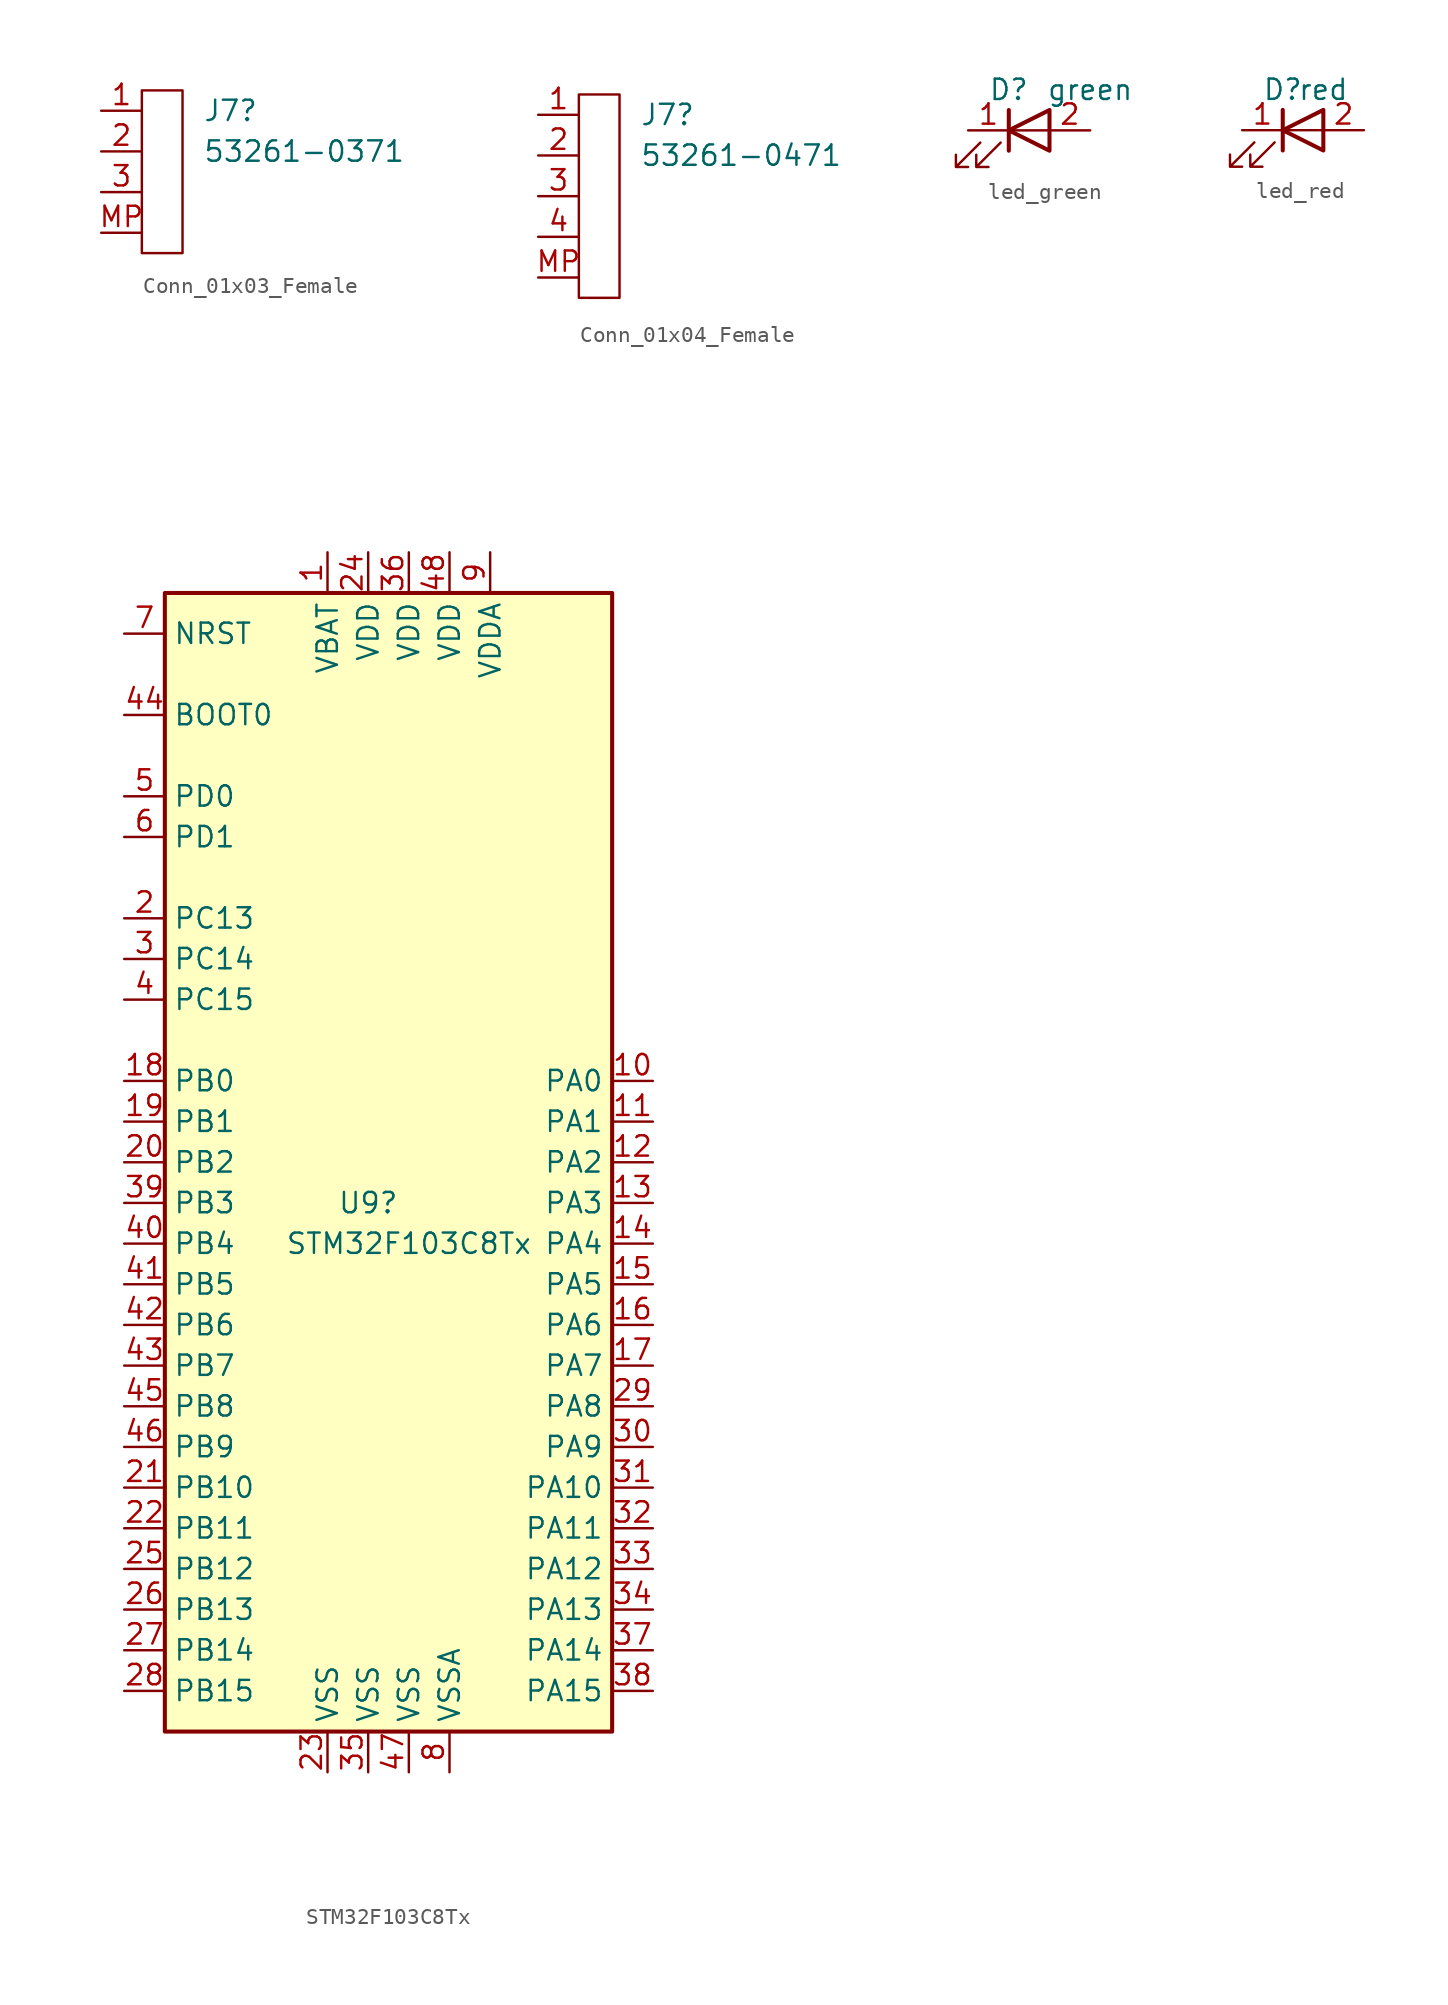
<source format=kicad_sym>
(kicad_symbol_lib
  (version 20241209)
  (generator "kicad_symbol_editor")
  (generator_version "9.0")
  (symbol "Conn_01x03_Female"
    (pin_names
      (offset 1.016)
      (hide yes))
    (property "Reference" "J7"
      (at 1.27 2.54 0)
      (effects (font (size 1.27 1.27)) (justify left)))
    (property "Value" "53261-0371"
      (at 1.27 0 0)
      (effects (font (size 1.27 1.27)) (justify left)))
    (symbol "Conn_01x03_Female_0_1"
      (polyline (pts (xy 0 -6.35) (xy 0 3.81) (xy -2.54 3.81) (xy -2.54 -6.35) (xy 0 -6.35)) (stroke (width 0) (type default)) (fill (type none))))
    (symbol "Conn_01x03_Female_1_1"
      (pin passive line (at -5.08 2.54 0) (length 2.54) (name "" (effects (font (size 1.27 1.27)))) (number "1" (effects (font (size 1.27 1.27)))))
      (pin passive line (at -5.08 0 0) (length 2.54) (name "" (effects (font (size 1.27 1.27)))) (number "2" (effects (font (size 1.27 1.27)))))
      (pin passive line (at -5.08 -2.54 0) (length 2.54) (name "" (effects (font (size 1.27 1.27)))) (number "3" (effects (font (size 1.27 1.27)))))
      (pin passive line (at -5.08 -5.08 0) (length 2.54) (name "" (effects (font (size 1.27 1.27)))) (number "MP" (effects (font (size 1.27 1.27)))))))
  (symbol "Conn_01x04_Female"
    (pin_names
      (offset 1.016)
      (hide yes))
    (property "Reference" "J7"
      (at 1.27 2.54 0)
      (effects (font (size 1.27 1.27)) (justify left)))
    (property "Value" "53261-0471"
      (at 1.27 0 0)
      (effects (font (size 1.27 1.27)) (justify left)))
    (symbol "Conn_01x04_Female_0_1"
      (polyline (pts (xy 0 -8.89) (xy 0 3.81) (xy -2.54 3.81) (xy -2.54 -8.89) (xy 0 -8.89)) (stroke (width 0) (type default)) (fill (type none))))
    (symbol "Conn_01x04_Female_1_1"
      (pin passive line (at -5.08 2.54 0) (length 2.54) (name "" (effects (font (size 1.27 1.27)))) (number "1" (effects (font (size 1.27 1.27)))))
      (pin passive line (at -5.08 0 0) (length 2.54) (name "" (effects (font (size 1.27 1.27)))) (number "2" (effects (font (size 1.27 1.27)))))
      (pin passive line (at -5.08 -2.54 0) (length 2.54) (name "" (effects (font (size 1.27 1.27)))) (number "3" (effects (font (size 1.27 1.27)))))
      (pin passive line (at -5.08 -5.08 0) (length 2.54) (name "" (effects (font (size 1.27 1.27)))) (number "4" (effects (font (size 1.27 1.27)))))
      (pin passive line (at -5.08 -7.62 0) (length 2.54) (name "" (effects (font (size 1.27 1.27)))) (number "MP" (effects (font (size 1.27 1.27)))))))
  (symbol "led_green"
    (pin_names
      (hide yes))
    (property "Reference" "D"
      (at 2.54 2.54 0)
      (effects (font (size 1.27 1.27))))
    (property "Value" "green"
      (at 7.62 2.54 0)
      (effects (font (size 1.27 1.27))))
    (symbol "led_green_0_1"
      (polyline (pts (xy 0.762 -0.762) (xy -0.762 -2.286) (xy 0 -2.286) (xy -0.762 -2.286) (xy -0.762 -1.524)) (stroke (width 0) (type default)) (fill (type none)))
      (polyline (pts (xy 2.032 -0.762) (xy 0.508 -2.286) (xy 1.27 -2.286) (xy 0.508 -2.286) (xy 0.508 -1.524)) (stroke (width 0) (type default)) (fill (type none)))
      (polyline (pts (xy 2.54 0) (xy 5.08 0)) (stroke (width 0) (type default)) (fill (type none)))
      (polyline (pts (xy 2.54 -1.27) (xy 2.54 1.27)) (stroke (width 0.254) (type default)) (fill (type none)))
      (polyline (pts (xy 5.08 -1.27) (xy 5.08 1.27) (xy 2.54 0) (xy 5.08 -1.27)) (stroke (width 0.254) (type default)) (fill (type none))))
    (symbol "led_green_1_1"
      (pin passive line (at 0 0 0) (length 2.54) (name "K" (effects (font (size 1.27 1.27)))) (number "1" (effects (font (size 1.27 1.27)))))
      (pin passive line (at 7.62 0 180) (length 2.54) (name "A" (effects (font (size 1.27 1.27)))) (number "2" (effects (font (size 1.27 1.27)))))))
  (symbol "led_red"
    (pin_names
      (hide yes))
    (property "Reference" "D"
      (at 2.54 2.54 0)
      (effects (font (size 1.27 1.27))))
    (property "Value" "red"
      (at 5.08 2.54 0)
      (effects (font (size 1.27 1.27))))
    (symbol "led_red_0_1"
      (polyline (pts (xy 0.762 -0.762) (xy -0.762 -2.286) (xy 0 -2.286) (xy -0.762 -2.286) (xy -0.762 -1.524)) (stroke (width 0) (type default)) (fill (type none)))
      (polyline (pts (xy 2.032 -0.762) (xy 0.508 -2.286) (xy 1.27 -2.286) (xy 0.508 -2.286) (xy 0.508 -1.524)) (stroke (width 0) (type default)) (fill (type none)))
      (polyline (pts (xy 2.54 0) (xy 5.08 0)) (stroke (width 0) (type default)) (fill (type none)))
      (polyline (pts (xy 2.54 -1.27) (xy 2.54 1.27)) (stroke (width 0.254) (type default)) (fill (type none)))
      (polyline (pts (xy 5.08 -1.27) (xy 5.08 1.27) (xy 2.54 0) (xy 5.08 -1.27)) (stroke (width 0.254) (type default)) (fill (type none))))
    (symbol "led_red_1_1"
      (pin passive line (at 0 0 0) (length 2.54) (name "1" (effects (font (size 1.27 1.27)))) (number "1" (effects (font (size 1.27 1.27)))))
      (pin passive line (at 7.62 0 180) (length 2.54) (name "A" (effects (font (size 1.27 1.27)))) (number "2" (effects (font (size 1.27 1.27)))))))
  (symbol "STM32F103C8Tx"
    (property "Reference" "U9"
      (at -2.54 -2.54 0)
      (effects (font (size 1.27 1.27))))
    (property "Value" "STM32F103C8Tx"
      (at 0 -5.08 0)
      (effects (font (size 1.27 1.27))))
    (symbol "STM32F103C8Tx_0_1"
      (rectangle (start -15.24 35.56) (end 12.7 -35.56) (stroke (width 0.254) (type default)) (fill (type background))))
    (symbol "STM32F103C8Tx_1_1"
      (pin input line (at -17.78 33.02 0) (length 2.54) (name "NRST" (effects (font (size 1.27 1.27)))) (number "7" (effects (font (size 1.27 1.27)))))
      (pin input line (at -17.78 27.94 0) (length 2.54) (name "BOOT0" (effects (font (size 1.27 1.27)))) (number "44" (effects (font (size 1.27 1.27)))))
      (pin input line (at -17.78 22.86 0) (length 2.54) (name "PD0" (effects (font (size 1.27 1.27)))) (number "5" (effects (font (size 1.27 1.27)))))
      (pin input line (at -17.78 20.32 0) (length 2.54) (name "PD1" (effects (font (size 1.27 1.27)))) (number "6" (effects (font (size 1.27 1.27)))))
      (pin bidirectional line (at -17.78 15.24 0) (length 2.54) (name "PC13" (effects (font (size 1.27 1.27)))) (number "2" (effects (font (size 1.27 1.27)))))
      (pin bidirectional line (at -17.78 12.7 0) (length 2.54) (name "PC14" (effects (font (size 1.27 1.27)))) (number "3" (effects (font (size 1.27 1.27)))))
      (pin bidirectional line (at -17.78 10.16 0) (length 2.54) (name "PC15" (effects (font (size 1.27 1.27)))) (number "4" (effects (font (size 1.27 1.27)))))
      (pin bidirectional line (at -17.78 5.08 0) (length 2.54) (name "PB0" (effects (font (size 1.27 1.27)))) (number "18" (effects (font (size 1.27 1.27)))))
      (pin bidirectional line (at -17.78 2.54 0) (length 2.54) (name "PB1" (effects (font (size 1.27 1.27)))) (number "19" (effects (font (size 1.27 1.27)))))
      (pin bidirectional line (at -17.78 0 0) (length 2.54) (name "PB2" (effects (font (size 1.27 1.27)))) (number "20" (effects (font (size 1.27 1.27)))))
      (pin bidirectional line (at -17.78 -2.54 0) (length 2.54) (name "PB3" (effects (font (size 1.27 1.27)))) (number "39" (effects (font (size 1.27 1.27)))))
      (pin bidirectional line (at -17.78 -5.08 0) (length 2.54) (name "PB4" (effects (font (size 1.27 1.27)))) (number "40" (effects (font (size 1.27 1.27)))))
      (pin bidirectional line (at -17.78 -7.62 0) (length 2.54) (name "PB5" (effects (font (size 1.27 1.27)))) (number "41" (effects (font (size 1.27 1.27)))))
      (pin bidirectional line (at -17.78 -10.16 0) (length 2.54) (name "PB6" (effects (font (size 1.27 1.27)))) (number "42" (effects (font (size 1.27 1.27)))))
      (pin bidirectional line (at -17.78 -12.7 0) (length 2.54) (name "PB7" (effects (font (size 1.27 1.27)))) (number "43" (effects (font (size 1.27 1.27)))))
      (pin bidirectional line (at -17.78 -15.24 0) (length 2.54) (name "PB8" (effects (font (size 1.27 1.27)))) (number "45" (effects (font (size 1.27 1.27)))))
      (pin bidirectional line (at -17.78 -17.78 0) (length 2.54) (name "PB9" (effects (font (size 1.27 1.27)))) (number "46" (effects (font (size 1.27 1.27)))))
      (pin bidirectional line (at -17.78 -20.32 0) (length 2.54) (name "PB10" (effects (font (size 1.27 1.27)))) (number "21" (effects (font (size 1.27 1.27)))))
      (pin bidirectional line (at -17.78 -22.86 0) (length 2.54) (name "PB11" (effects (font (size 1.27 1.27)))) (number "22" (effects (font (size 1.27 1.27)))))
      (pin bidirectional line (at -17.78 -25.4 0) (length 2.54) (name "PB12" (effects (font (size 1.27 1.27)))) (number "25" (effects (font (size 1.27 1.27)))))
      (pin bidirectional line (at -17.78 -27.94 0) (length 2.54) (name "PB13" (effects (font (size 1.27 1.27)))) (number "26" (effects (font (size 1.27 1.27)))))
      (pin bidirectional line (at -17.78 -30.48 0) (length 2.54) (name "PB14" (effects (font (size 1.27 1.27)))) (number "27" (effects (font (size 1.27 1.27)))))
      (pin bidirectional line (at -17.78 -33.02 0) (length 2.54) (name "PB15" (effects (font (size 1.27 1.27)))) (number "28" (effects (font (size 1.27 1.27)))))
      (pin power_in line (at -5.08 38.1 270) (length 2.54) (name "VBAT" (effects (font (size 1.27 1.27)))) (number "1" (effects (font (size 1.27 1.27)))))
      (pin power_in line (at -5.08 -38.1 90) (length 2.54) (name "VSS" (effects (font (size 1.27 1.27)))) (number "23" (effects (font (size 1.27 1.27)))))
      (pin power_in line (at -2.54 38.1 270) (length 2.54) (name "VDD" (effects (font (size 1.27 1.27)))) (number "24" (effects (font (size 1.27 1.27)))))
      (pin power_in line (at -2.54 -38.1 90) (length 2.54) (name "VSS" (effects (font (size 1.27 1.27)))) (number "35" (effects (font (size 1.27 1.27)))))
      (pin power_in line (at 0 38.1 270) (length 2.54) (name "VDD" (effects (font (size 1.27 1.27)))) (number "36" (effects (font (size 1.27 1.27)))))
      (pin power_in line (at 0 -38.1 90) (length 2.54) (name "VSS" (effects (font (size 1.27 1.27)))) (number "47" (effects (font (size 1.27 1.27)))))
      (pin power_in line (at 2.54 38.1 270) (length 2.54) (name "VDD" (effects (font (size 1.27 1.27)))) (number "48" (effects (font (size 1.27 1.27)))))
      (pin power_in line (at 2.54 -38.1 90) (length 2.54) (name "VSSA" (effects (font (size 1.27 1.27)))) (number "8" (effects (font (size 1.27 1.27)))))
      (pin power_in line (at 5.08 38.1 270) (length 2.54) (name "VDDA" (effects (font (size 1.27 1.27)))) (number "9" (effects (font (size 1.27 1.27)))))
      (pin bidirectional line (at 15.24 5.08 180) (length 2.54) (name "PA0" (effects (font (size 1.27 1.27)))) (number "10" (effects (font (size 1.27 1.27)))))
      (pin bidirectional line (at 15.24 2.54 180) (length 2.54) (name "PA1" (effects (font (size 1.27 1.27)))) (number "11" (effects (font (size 1.27 1.27)))))
      (pin bidirectional line (at 15.24 0 180) (length 2.54) (name "PA2" (effects (font (size 1.27 1.27)))) (number "12" (effects (font (size 1.27 1.27)))))
      (pin bidirectional line (at 15.24 -2.54 180) (length 2.54) (name "PA3" (effects (font (size 1.27 1.27)))) (number "13" (effects (font (size 1.27 1.27)))))
      (pin bidirectional line (at 15.24 -5.08 180) (length 2.54) (name "PA4" (effects (font (size 1.27 1.27)))) (number "14" (effects (font (size 1.27 1.27)))))
      (pin bidirectional line (at 15.24 -7.62 180) (length 2.54) (name "PA5" (effects (font (size 1.27 1.27)))) (number "15" (effects (font (size 1.27 1.27)))))
      (pin bidirectional line (at 15.24 -10.16 180) (length 2.54) (name "PA6" (effects (font (size 1.27 1.27)))) (number "16" (effects (font (size 1.27 1.27)))))
      (pin bidirectional line (at 15.24 -12.7 180) (length 2.54) (name "PA7" (effects (font (size 1.27 1.27)))) (number "17" (effects (font (size 1.27 1.27)))))
      (pin bidirectional line (at 15.24 -15.24 180) (length 2.54) (name "PA8" (effects (font (size 1.27 1.27)))) (number "29" (effects (font (size 1.27 1.27)))))
      (pin bidirectional line (at 15.24 -17.78 180) (length 2.54) (name "PA9" (effects (font (size 1.27 1.27)))) (number "30" (effects (font (size 1.27 1.27)))))
      (pin bidirectional line (at 15.24 -20.32 180) (length 2.54) (name "PA10" (effects (font (size 1.27 1.27)))) (number "31" (effects (font (size 1.27 1.27)))))
      (pin bidirectional line (at 15.24 -22.86 180) (length 2.54) (name "PA11" (effects (font (size 1.27 1.27)))) (number "32" (effects (font (size 1.27 1.27)))))
      (pin bidirectional line (at 15.24 -25.4 180) (length 2.54) (name "PA12" (effects (font (size 1.27 1.27)))) (number "33" (effects (font (size 1.27 1.27)))))
      (pin bidirectional line (at 15.24 -27.94 180) (length 2.54) (name "PA13" (effects (font (size 1.27 1.27)))) (number "34" (effects (font (size 1.27 1.27)))))
      (pin bidirectional line (at 15.24 -30.48 180) (length 2.54) (name "PA14" (effects (font (size 1.27 1.27)))) (number "37" (effects (font (size 1.27 1.27)))))
      (pin bidirectional line (at 15.24 -33.02 180) (length 2.54) (name "PA15" (effects (font (size 1.27 1.27)))) (number "38" (effects (font (size 1.27 1.27))))))))
</source>
